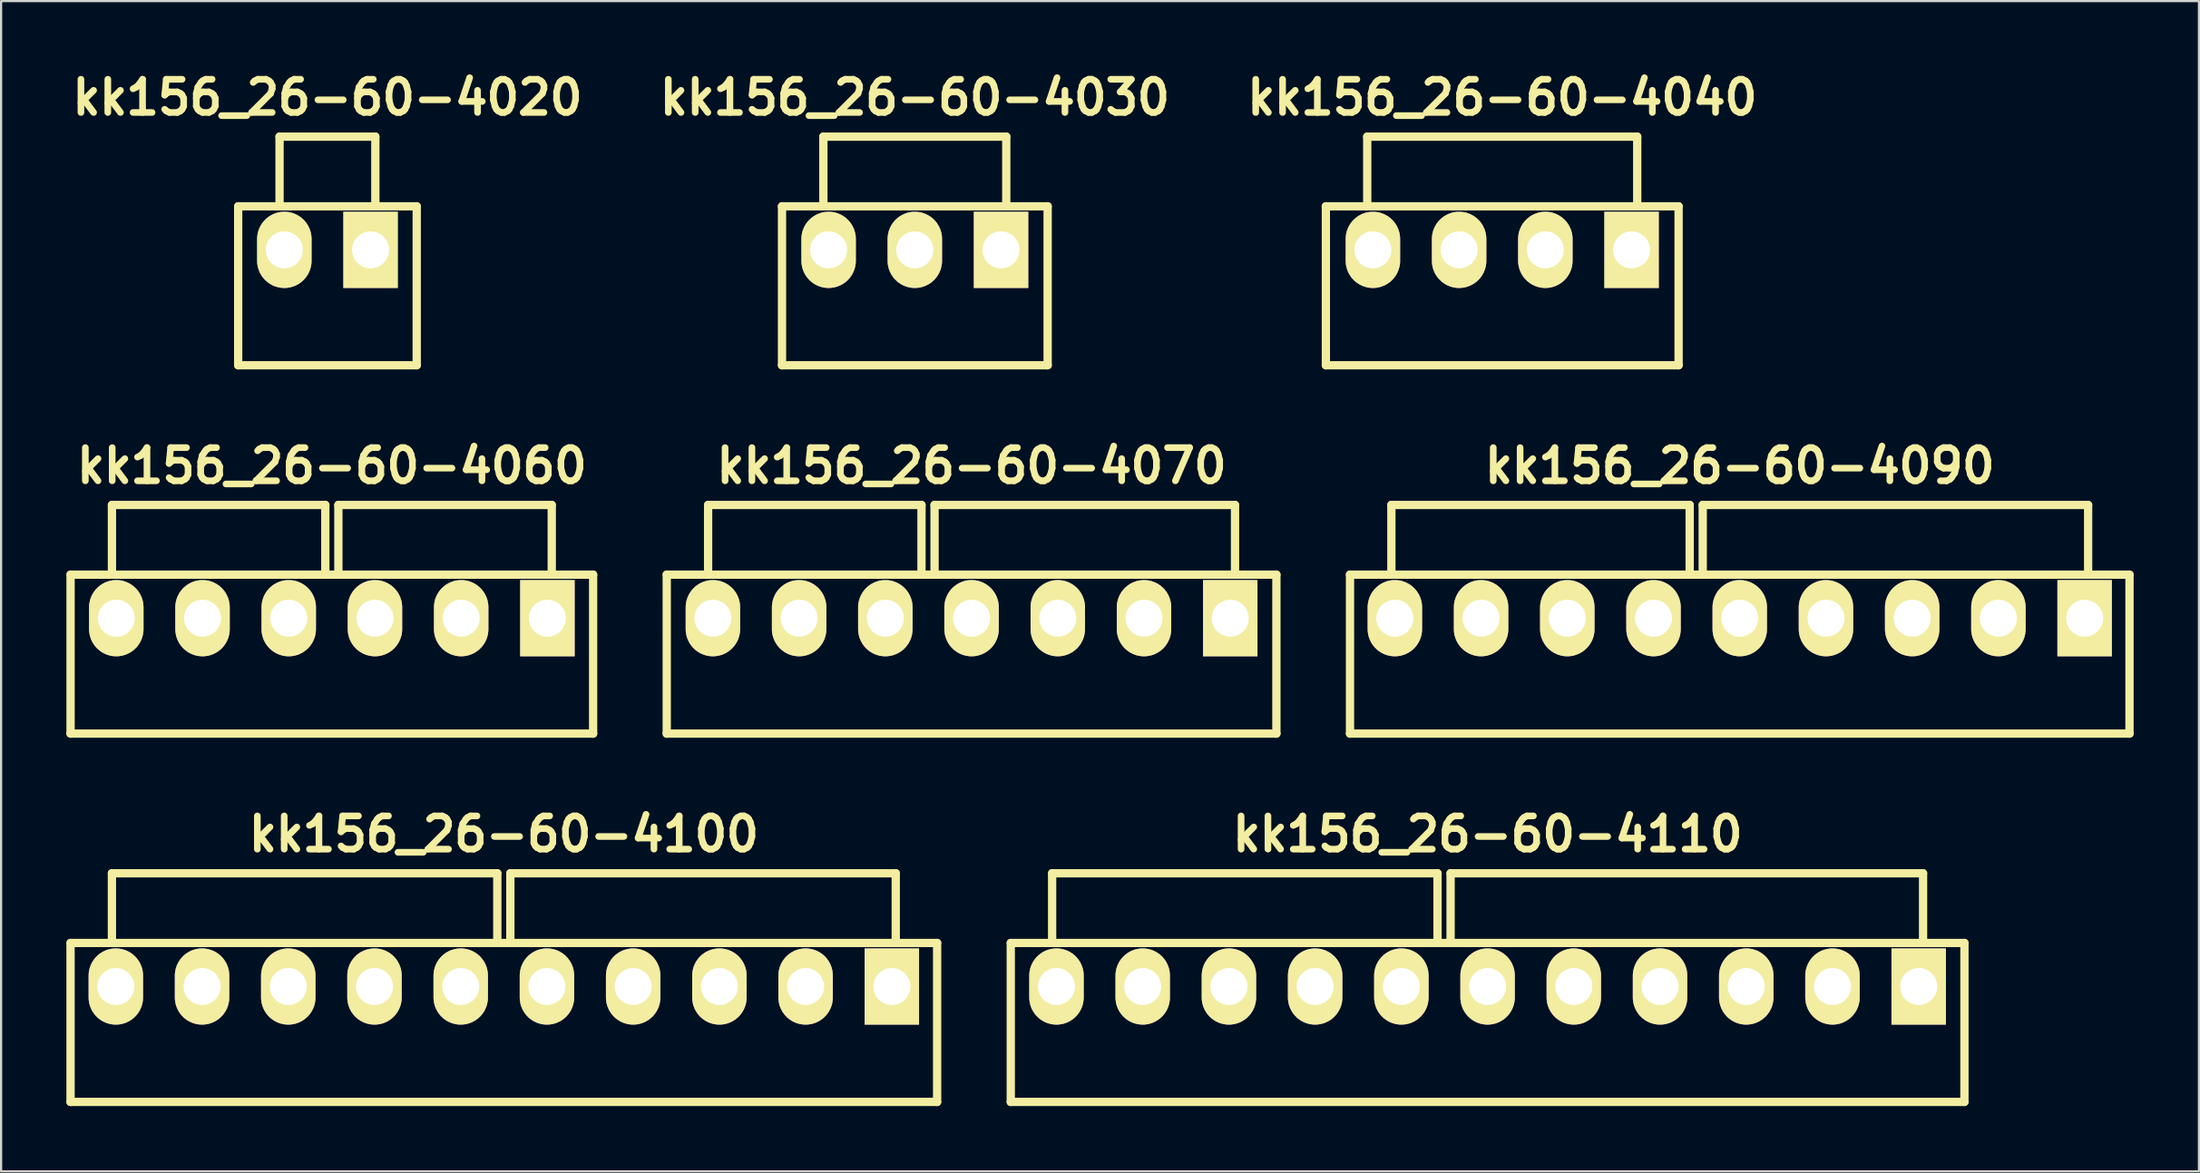
<source format=kicad_pcb>
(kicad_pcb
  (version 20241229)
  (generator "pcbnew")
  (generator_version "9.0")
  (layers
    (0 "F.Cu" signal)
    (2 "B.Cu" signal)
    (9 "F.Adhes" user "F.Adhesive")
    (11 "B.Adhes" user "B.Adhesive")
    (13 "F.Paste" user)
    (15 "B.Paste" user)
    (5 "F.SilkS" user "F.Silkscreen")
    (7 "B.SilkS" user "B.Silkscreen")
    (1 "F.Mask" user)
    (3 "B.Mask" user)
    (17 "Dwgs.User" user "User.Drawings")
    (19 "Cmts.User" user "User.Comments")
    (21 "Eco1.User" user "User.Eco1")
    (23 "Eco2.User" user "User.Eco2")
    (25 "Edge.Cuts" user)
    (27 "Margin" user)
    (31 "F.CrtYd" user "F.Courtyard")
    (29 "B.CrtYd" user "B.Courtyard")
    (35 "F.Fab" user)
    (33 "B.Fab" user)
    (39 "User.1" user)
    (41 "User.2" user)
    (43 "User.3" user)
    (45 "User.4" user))
  (footprint "kk156_26-60-4030"
    (layer "F.Cu")
    (at 38.966 8.426)
    (property "Reference" "kk156_26-60-4030" (at 0 -7 0) (layer "F.SilkS") (effects (font (size 1.524 1.524) (thickness 0.305))))
    (attr through_hole)
    (fp_line (start -6.1 -2) (end 6.1 -2) (stroke (width 0.381) (type solid)) (layer "F.SilkS"))
    (fp_line (start -6.1 5.3) (end -6.1 -2) (stroke (width 0.381) (type solid)) (layer "F.SilkS"))
    (fp_line (start -6.1 5.3) (end 6.1 5.3) (stroke (width 0.381) (type solid)) (layer "F.SilkS"))
    (fp_line (start -4.2 -5.2) (end 4.2 -5.2) (stroke (width 0.381) (type solid)) (layer "F.SilkS"))
    (fp_line (start -4.2 -2) (end -4.2 -5.2) (stroke (width 0.381) (type solid)) (layer "F.SilkS"))
    (fp_line (start 4.2 -5.2) (end 4.2 -2) (stroke (width 0.381) (type solid)) (layer "F.SilkS"))
    (fp_line (start 6.1 -2) (end 6.1 5.3) (stroke (width 0.381) (type solid)) (layer "F.SilkS"))
    (pad "1" thru_hole rect (at 3.96 0) (size 2.5 3.5) (drill 1.7) (layers "*.Cu" "*.Mask" "F.SilkS"))
    (pad "2" thru_hole oval (at 0 0) (size 2.5 3.5) (drill 1.7) (layers "*.Cu" "*.Mask" "F.SilkS"))
    (pad "3" thru_hole oval (at -3.96 0) (size 2.5 3.5) (drill 1.7) (layers "*.Cu" "*.Mask" "F.SilkS")))
  (footprint "kk156_26-60-4100"
    (layer "F.Cu")
    (at 20.09 42.26)
    (property "Reference" "kk156_26-60-4100" (at 0 -7 0) (layer "F.SilkS") (effects (font (size 1.524 1.524) (thickness 0.305))))
    (attr through_hole)
    (fp_line (start -19.9 -2) (end 19.9 -2) (stroke (width 0.381) (type solid)) (layer "F.SilkS"))
    (fp_line (start -19.9 5.3) (end -19.9 -2) (stroke (width 0.381) (type solid)) (layer "F.SilkS"))
    (fp_line (start -19.9 5.3) (end 19.9 5.3) (stroke (width 0.381) (type solid)) (layer "F.SilkS"))
    (fp_line (start -18 -2) (end -18 -5.2) (stroke (width 0.381) (type solid)) (layer "F.SilkS"))
    (fp_line (start -0.3 -5.2) (end -18 -5.2) (stroke (width 0.381) (type solid)) (layer "F.SilkS"))
    (fp_line (start -0.3 -2) (end -0.3 -5.2) (stroke (width 0.381) (type solid)) (layer "F.SilkS"))
    (fp_line (start 0.3 -5.2) (end 18 -5.2) (stroke (width 0.381) (type solid)) (layer "F.SilkS"))
    (fp_line (start 0.3 -2) (end 0.3 -5.2) (stroke (width 0.381) (type solid)) (layer "F.SilkS"))
    (fp_line (start 18 -5.2) (end 18 -2) (stroke (width 0.381) (type solid)) (layer "F.SilkS"))
    (fp_line (start 19.9 -2) (end 19.9 5.3) (stroke (width 0.381) (type solid)) (layer "F.SilkS"))
    (pad "1" thru_hole rect (at 17.82 0) (size 2.5 3.5) (drill 1.7) (layers "*.Cu" "*.Mask" "F.SilkS"))
    (pad "2" thru_hole oval (at 13.86 0) (size 2.5 3.5) (drill 1.7) (layers "*.Cu" "*.Mask" "F.SilkS"))
    (pad "3" thru_hole oval (at 9.9 0) (size 2.5 3.5) (drill 1.7) (layers "*.Cu" "*.Mask" "F.SilkS"))
    (pad "4" thru_hole oval (at 5.94 0) (size 2.5 3.5) (drill 1.7) (layers "*.Cu" "*.Mask" "F.SilkS"))
    (pad "5" thru_hole oval (at 1.98 0) (size 2.5 3.5) (drill 1.7) (layers "*.Cu" "*.Mask" "F.SilkS"))
    (pad "6" thru_hole oval (at -1.98 0) (size 2.5 3.5) (drill 1.7) (layers "*.Cu" "*.Mask" "F.SilkS"))
    (pad "7" thru_hole oval (at -5.94 0) (size 2.5 3.5) (drill 1.7) (layers "*.Cu" "*.Mask" "F.SilkS"))
    (pad "8" thru_hole oval (at -9.9 0) (size 2.5 3.5) (drill 1.7) (layers "*.Cu" "*.Mask" "F.SilkS"))
    (pad "9" thru_hole oval (at -13.86 0) (size 2.5 3.5) (drill 1.7) (layers "*.Cu" "*.Mask" "F.SilkS"))
    (pad "10" thru_hole oval (at -17.82 0) (size 2.5 3.5) (drill 1.7) (layers "*.Cu" "*.Mask" "F.SilkS")))
  (footprint "kk156_26-60-4060"
    (layer "F.Cu")
    (at 12.191 25.343)
    (property "Reference" "kk156_26-60-4060" (at 0 -7 0) (layer "F.SilkS") (effects (font (size 1.524 1.524) (thickness 0.305))))
    (attr through_hole)
    (fp_line (start -12 -2) (end 12 -2) (stroke (width 0.381) (type solid)) (layer "F.SilkS"))
    (fp_line (start -12 5.3) (end -12 -2) (stroke (width 0.381) (type solid)) (layer "F.SilkS"))
    (fp_line (start -12 5.3) (end 12 5.3) (stroke (width 0.381) (type solid)) (layer "F.SilkS"))
    (fp_line (start -10.1 -2) (end -10.1 -5.2) (stroke (width 0.381) (type solid)) (layer "F.SilkS"))
    (fp_line (start -0.3 -5.2) (end -10.1 -5.2) (stroke (width 0.381) (type solid)) (layer "F.SilkS"))
    (fp_line (start -0.3 -2) (end -0.3 -5.2) (stroke (width 0.381) (type solid)) (layer "F.SilkS"))
    (fp_line (start 0.3 -5.2) (end 10.1 -5.2) (stroke (width 0.381) (type solid)) (layer "F.SilkS"))
    (fp_line (start 0.3 -2) (end 0.3 -5.2) (stroke (width 0.381) (type solid)) (layer "F.SilkS"))
    (fp_line (start 10.1 -5.2) (end 10.1 -2) (stroke (width 0.381) (type solid)) (layer "F.SilkS"))
    (fp_line (start 12 -2) (end 12 5.3) (stroke (width 0.381) (type solid)) (layer "F.SilkS"))
    (pad "1" thru_hole rect (at 9.9 0) (size 2.5 3.5) (drill 1.7) (layers "*.Cu" "*.Mask" "F.SilkS"))
    (pad "2" thru_hole oval (at 5.94 0) (size 2.5 3.5) (drill 1.7) (layers "*.Cu" "*.Mask" "F.SilkS"))
    (pad "3" thru_hole oval (at 1.98 0) (size 2.5 3.5) (drill 1.7) (layers "*.Cu" "*.Mask" "F.SilkS"))
    (pad "4" thru_hole oval (at -1.98 0) (size 2.5 3.5) (drill 1.7) (layers "*.Cu" "*.Mask" "F.SilkS"))
    (pad "5" thru_hole oval (at -5.94 0) (size 2.5 3.5) (drill 1.7) (layers "*.Cu" "*.Mask" "F.SilkS"))
    (pad "6" thru_hole oval (at -9.9 0) (size 2.5 3.5) (drill 1.7) (layers "*.Cu" "*.Mask" "F.SilkS")))
  (footprint "kk156_26-60-4040"
    (layer "F.Cu")
    (at 65.944 8.426)
    (property "Reference" "kk156_26-60-4040" (at 0 -7 0) (layer "F.SilkS") (effects (font (size 1.524 1.524) (thickness 0.305))))
    (attr through_hole)
    (fp_line (start -8.1 -2) (end 8.1 -2) (stroke (width 0.381) (type solid)) (layer "F.SilkS"))
    (fp_line (start -8.1 5.3) (end -8.1 -2) (stroke (width 0.381) (type solid)) (layer "F.SilkS"))
    (fp_line (start -8.1 5.3) (end 8.1 5.3) (stroke (width 0.381) (type solid)) (layer "F.SilkS"))
    (fp_line (start -6.2 -5.2) (end 6.2 -5.2) (stroke (width 0.381) (type solid)) (layer "F.SilkS"))
    (fp_line (start -6.2 -2) (end -6.2 -5.2) (stroke (width 0.381) (type solid)) (layer "F.SilkS"))
    (fp_line (start 6.2 -5.2) (end 6.2 -2) (stroke (width 0.381) (type solid)) (layer "F.SilkS"))
    (fp_line (start 8.1 -2) (end 8.1 5.3) (stroke (width 0.381) (type solid)) (layer "F.SilkS"))
    (pad "1" thru_hole rect (at 5.94 0) (size 2.5 3.5) (drill 1.7) (layers "*.Cu" "*.Mask" "F.SilkS"))
    (pad "2" thru_hole oval (at 1.98 0) (size 2.5 3.5) (drill 1.7) (layers "*.Cu" "*.Mask" "F.SilkS"))
    (pad "3" thru_hole oval (at -1.98 0) (size 2.5 3.5) (drill 1.7) (layers "*.Cu" "*.Mask" "F.SilkS"))
    (pad "4" thru_hole oval (at -5.94 0) (size 2.5 3.5) (drill 1.7) (layers "*.Cu" "*.Mask" "F.SilkS")))
  (footprint "kk156_26-60-4020"
    (layer "F.Cu")
    (at 11.989 8.426)
    (property "Reference" "kk156_26-60-4020" (at 0 -7 0) (layer "F.SilkS") (effects (font (size 1.524 1.524) (thickness 0.305))))
    (attr through_hole)
    (fp_line (start -4.1 -2) (end 4.1 -2) (stroke (width 0.381) (type solid)) (layer "F.SilkS"))
    (fp_line (start -4.1 5.3) (end -4.1 -2) (stroke (width 0.381) (type solid)) (layer "F.SilkS"))
    (fp_line (start -4.1 5.3) (end 4.1 5.3) (stroke (width 0.381) (type solid)) (layer "F.SilkS"))
    (fp_line (start -2.2 -5.2) (end 2.2 -5.2) (stroke (width 0.381) (type solid)) (layer "F.SilkS"))
    (fp_line (start -2.2 -2) (end -2.2 -5.2) (stroke (width 0.381) (type solid)) (layer "F.SilkS"))
    (fp_line (start 2.2 -5.2) (end 2.2 -2) (stroke (width 0.381) (type solid)) (layer "F.SilkS"))
    (fp_line (start 4.1 -2) (end 4.1 5.3) (stroke (width 0.381) (type solid)) (layer "F.SilkS"))
    (pad "1" thru_hole rect (at 1.98 0) (size 2.5 3.5) (drill 1.7) (layers "*.Cu" "*.Mask" "F.SilkS"))
    (pad "2" thru_hole oval (at -1.98 0) (size 2.5 3.5) (drill 1.7) (layers "*.Cu" "*.Mask" "F.SilkS")))
  (footprint "kk156_26-60-4110"
    (layer "F.Cu")
    (at 65.272 42.26)
    (property "Reference" "kk156_26-60-4110" (at 0 -7 0) (layer "F.SilkS") (effects (font (size 1.524 1.524) (thickness 0.305))))
    (attr through_hole)
    (fp_line (start -21.9 -2) (end 21.9 -2) (stroke (width 0.381) (type solid)) (layer "F.SilkS"))
    (fp_line (start -21.9 5.3) (end -21.9 -2) (stroke (width 0.381) (type solid)) (layer "F.SilkS"))
    (fp_line (start -21.9 5.3) (end 21.9 5.3) (stroke (width 0.381) (type solid)) (layer "F.SilkS"))
    (fp_line (start -20 -2) (end -20 -5.2) (stroke (width 0.381) (type solid)) (layer "F.SilkS"))
    (fp_line (start -2.3 -5.2) (end -20 -5.2) (stroke (width 0.381) (type solid)) (layer "F.SilkS"))
    (fp_line (start -2.3 -2) (end -2.3 -5.2) (stroke (width 0.381) (type solid)) (layer "F.SilkS"))
    (fp_line (start -1.7 -5.2) (end 20 -5.2) (stroke (width 0.381) (type solid)) (layer "F.SilkS"))
    (fp_line (start -1.7 -2) (end -1.7 -5.2) (stroke (width 0.381) (type solid)) (layer "F.SilkS"))
    (fp_line (start 20 -5.2) (end 20 -2) (stroke (width 0.381) (type solid)) (layer "F.SilkS"))
    (fp_line (start 21.9 -2) (end 21.9 5.3) (stroke (width 0.381) (type solid)) (layer "F.SilkS"))
    (pad "1" thru_hole rect (at 19.8 0) (size 2.5 3.5) (drill 1.7) (layers "*.Cu" "*.Mask" "F.SilkS"))
    (pad "2" thru_hole oval (at 15.84 0) (size 2.5 3.5) (drill 1.7) (layers "*.Cu" "*.Mask" "F.SilkS"))
    (pad "3" thru_hole oval (at 11.88 0) (size 2.5 3.5) (drill 1.7) (layers "*.Cu" "*.Mask" "F.SilkS"))
    (pad "4" thru_hole oval (at 7.92 0) (size 2.5 3.5) (drill 1.7) (layers "*.Cu" "*.Mask" "F.SilkS"))
    (pad "5" thru_hole oval (at 3.96 0) (size 2.5 3.5) (drill 1.7) (layers "*.Cu" "*.Mask" "F.SilkS"))
    (pad "6" thru_hole oval (at 0 0) (size 2.5 3.5) (drill 1.7) (layers "*.Cu" "*.Mask" "F.SilkS"))
    (pad "7" thru_hole oval (at -3.96 0) (size 2.5 3.5) (drill 1.7) (layers "*.Cu" "*.Mask" "F.SilkS"))
    (pad "8" thru_hole oval (at -7.92 0) (size 2.5 3.5) (drill 1.7) (layers "*.Cu" "*.Mask" "F.SilkS"))
    (pad "9" thru_hole oval (at -11.88 0) (size 2.5 3.5) (drill 1.7) (layers "*.Cu" "*.Mask" "F.SilkS"))
    (pad "10" thru_hole oval (at -15.84 0) (size 2.5 3.5) (drill 1.7) (layers "*.Cu" "*.Mask" "F.SilkS"))
    (pad "11" thru_hole oval (at -19.8 0) (size 2.5 3.5) (drill 1.7) (layers "*.Cu" "*.Mask" "F.SilkS")))
  (footprint "kk156_26-60-4070"
    (layer "F.Cu")
    (at 41.572 25.343)
    (property "Reference" "kk156_26-60-4070" (at 0 -7 0) (layer "F.SilkS") (effects (font (size 1.524 1.524) (thickness 0.305))))
    (attr through_hole)
    (fp_line (start -14 -2) (end 14 -2) (stroke (width 0.381) (type solid)) (layer "F.SilkS"))
    (fp_line (start -14 5.3) (end -14 -2) (stroke (width 0.381) (type solid)) (layer "F.SilkS"))
    (fp_line (start -14 5.3) (end 14 5.3) (stroke (width 0.381) (type solid)) (layer "F.SilkS"))
    (fp_line (start -12.1 -2) (end -12.1 -5.2) (stroke (width 0.381) (type solid)) (layer "F.SilkS"))
    (fp_line (start -2.3 -5.2) (end -12.1 -5.2) (stroke (width 0.381) (type solid)) (layer "F.SilkS"))
    (fp_line (start -2.3 -2) (end -2.3 -5.2) (stroke (width 0.381) (type solid)) (layer "F.SilkS"))
    (fp_line (start -1.7 -5.2) (end 12.1 -5.2) (stroke (width 0.381) (type solid)) (layer "F.SilkS"))
    (fp_line (start -1.7 -2) (end -1.7 -5.2) (stroke (width 0.381) (type solid)) (layer "F.SilkS"))
    (fp_line (start 12.1 -5.2) (end 12.1 -2) (stroke (width 0.381) (type solid)) (layer "F.SilkS"))
    (fp_line (start 14 -2) (end 14 5.3) (stroke (width 0.381) (type solid)) (layer "F.SilkS"))
    (pad "1" thru_hole rect (at 11.88 0) (size 2.5 3.5) (drill 1.7) (layers "*.Cu" "*.Mask" "F.SilkS"))
    (pad "2" thru_hole oval (at 7.92 0) (size 2.5 3.5) (drill 1.7) (layers "*.Cu" "*.Mask" "F.SilkS"))
    (pad "3" thru_hole oval (at 3.96 0) (size 2.5 3.5) (drill 1.7) (layers "*.Cu" "*.Mask" "F.SilkS"))
    (pad "4" thru_hole oval (at 0 0) (size 2.5 3.5) (drill 1.7) (layers "*.Cu" "*.Mask" "F.SilkS"))
    (pad "5" thru_hole oval (at -3.96 0) (size 2.5 3.5) (drill 1.7) (layers "*.Cu" "*.Mask" "F.SilkS"))
    (pad "6" thru_hole oval (at -7.92 0) (size 2.5 3.5) (drill 1.7) (layers "*.Cu" "*.Mask" "F.SilkS"))
    (pad "7" thru_hole oval (at -11.88 0) (size 2.5 3.5) (drill 1.7) (layers "*.Cu" "*.Mask" "F.SilkS")))
  (footprint "kk156_26-60-4090"
    (layer "F.Cu")
    (at 76.853 25.343)
    (property "Reference" "kk156_26-60-4090" (at 0 -7 0) (layer "F.SilkS") (effects (font (size 1.524 1.524) (thickness 0.305))))
    (attr through_hole)
    (fp_line (start -17.9 -2) (end 17.9 -2) (stroke (width 0.381) (type solid)) (layer "F.SilkS"))
    (fp_line (start -17.9 5.3) (end -17.9 -2) (stroke (width 0.381) (type solid)) (layer "F.SilkS"))
    (fp_line (start -17.9 5.3) (end 17.9 5.3) (stroke (width 0.381) (type solid)) (layer "F.SilkS"))
    (fp_line (start -16 -2) (end -16 -5.2) (stroke (width 0.381) (type solid)) (layer "F.SilkS"))
    (fp_line (start -2.3 -5.2) (end -16 -5.2) (stroke (width 0.381) (type solid)) (layer "F.SilkS"))
    (fp_line (start -2.3 -2) (end -2.3 -5.2) (stroke (width 0.381) (type solid)) (layer "F.SilkS"))
    (fp_line (start -1.7 -5.2) (end 16 -5.2) (stroke (width 0.381) (type solid)) (layer "F.SilkS"))
    (fp_line (start -1.7 -2) (end -1.7 -5.2) (stroke (width 0.381) (type solid)) (layer "F.SilkS"))
    (fp_line (start 16 -5.2) (end 16 -2) (stroke (width 0.381) (type solid)) (layer "F.SilkS"))
    (fp_line (start 17.9 -2) (end 17.9 5.3) (stroke (width 0.381) (type solid)) (layer "F.SilkS"))
    (pad "1" thru_hole rect (at 15.84 0) (size 2.5 3.5) (drill 1.7) (layers "*.Cu" "*.Mask" "F.SilkS"))
    (pad "2" thru_hole oval (at 11.88 0) (size 2.5 3.5) (drill 1.7) (layers "*.Cu" "*.Mask" "F.SilkS"))
    (pad "3" thru_hole oval (at 7.92 0) (size 2.5 3.5) (drill 1.7) (layers "*.Cu" "*.Mask" "F.SilkS"))
    (pad "4" thru_hole oval (at 3.96 0) (size 2.5 3.5) (drill 1.7) (layers "*.Cu" "*.Mask" "F.SilkS"))
    (pad "5" thru_hole oval (at 0 0) (size 2.5 3.5) (drill 1.7) (layers "*.Cu" "*.Mask" "F.SilkS"))
    (pad "6" thru_hole oval (at -3.96 0) (size 2.5 3.5) (drill 1.7) (layers "*.Cu" "*.Mask" "F.SilkS"))
    (pad "7" thru_hole oval (at -7.92 0) (size 2.5 3.5) (drill 1.7) (layers "*.Cu" "*.Mask" "F.SilkS"))
    (pad "8" thru_hole oval (at -11.88 0) (size 2.5 3.5) (drill 1.7) (layers "*.Cu" "*.Mask" "F.SilkS"))
    (pad "9" thru_hole oval (at -15.84 0) (size 2.5 3.5) (drill 1.7) (layers "*.Cu" "*.Mask" "F.SilkS")))
  (gr_rect
    (start -3 -3)
    (end 97.943 50.751)
    (stroke (width 0.1) (type default))
    (fill no)
    (layer "Edge.Cuts")))
</source>
